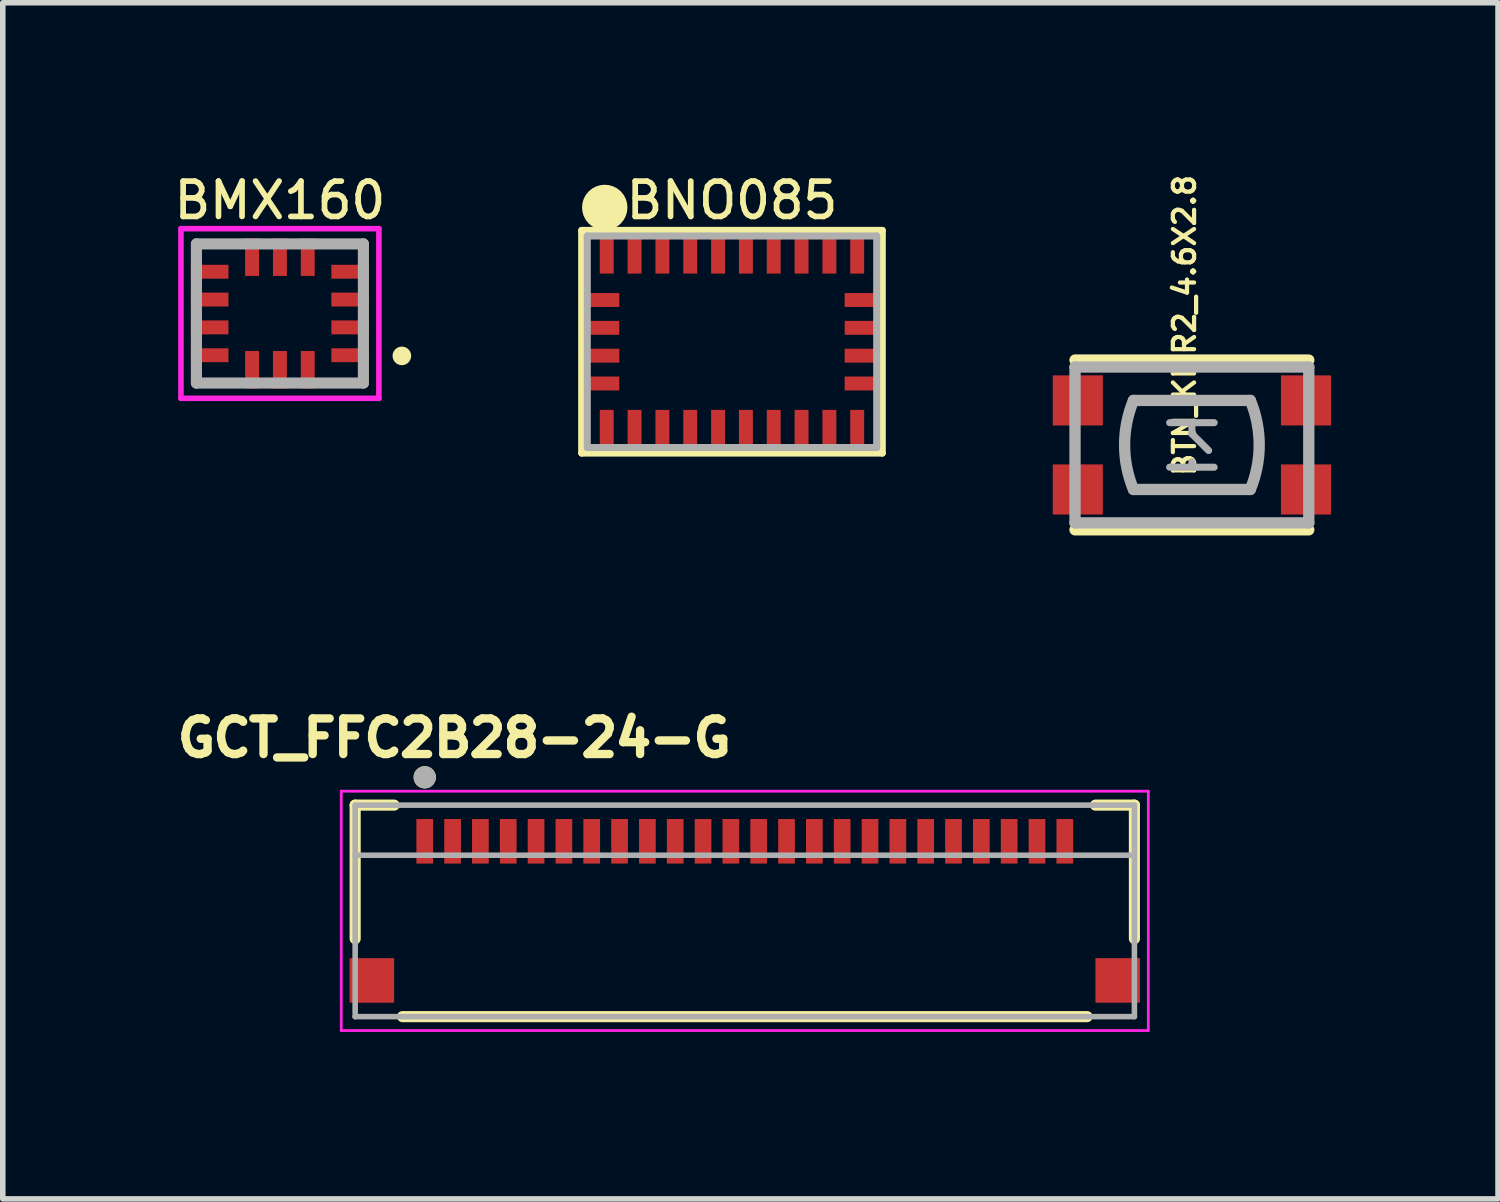
<source format=kicad_pcb>
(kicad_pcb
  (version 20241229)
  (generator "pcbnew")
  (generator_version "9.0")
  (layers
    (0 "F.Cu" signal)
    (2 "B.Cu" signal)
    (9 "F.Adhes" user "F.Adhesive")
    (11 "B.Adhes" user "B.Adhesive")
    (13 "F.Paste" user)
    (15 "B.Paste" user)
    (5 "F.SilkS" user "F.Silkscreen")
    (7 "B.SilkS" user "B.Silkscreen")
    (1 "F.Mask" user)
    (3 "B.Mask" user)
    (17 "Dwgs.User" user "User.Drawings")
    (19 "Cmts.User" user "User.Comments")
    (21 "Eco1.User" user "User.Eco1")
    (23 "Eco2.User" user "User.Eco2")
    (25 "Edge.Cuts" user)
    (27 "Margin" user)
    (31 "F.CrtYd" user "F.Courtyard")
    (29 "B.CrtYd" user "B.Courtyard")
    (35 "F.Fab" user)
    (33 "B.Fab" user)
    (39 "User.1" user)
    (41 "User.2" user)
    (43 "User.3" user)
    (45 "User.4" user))
  (footprint "BTN_KMR2_4.6X2.8"
    (layer "F.Cu")
    (at 18.364 4.944)
    (property "Reference" "BTN_KMR2_4.6X2.8" (at -0.356 0.597 270) (layer "F.SilkS") (effects (font (size 0.381 0.381) (thickness 0.076)) (justify left top)))
    (attr smd)
    (fp_line (start -2.1 -1.525) (end 2.1 -1.525) (stroke (width 0.203) (type solid)) (layer "F.SilkS"))
    (fp_line (start 2.1 1.525) (end -2.1 1.525) (stroke (width 0.203) (type solid)) (layer "F.SilkS"))
    (fp_line (start -2.1 -1.4) (end 2.1 -1.4) (stroke (width 0.203) (type solid)) (layer "F.Fab"))
    (fp_line (start -2.1 1.4) (end -2.1 -1.4) (stroke (width 0.203) (type solid)) (layer "F.Fab"))
    (fp_line (start -1.05 -0.8) (end 1.05 -0.8) (stroke (width 0.203) (type solid)) (layer "F.Fab"))
    (fp_line (start -0.4 -0.4) (end 0 -0.4) (stroke (width 0.127) (type solid)) (layer "F.Fab"))
    (fp_line (start -0.4 0.4) (end 0 0.4) (stroke (width 0.127) (type solid)) (layer "F.Fab"))
    (fp_line (start 0 -0.4) (end 0 -0.2) (stroke (width 0.127) (type solid)) (layer "F.Fab"))
    (fp_line (start 0 -0.4) (end 0.4 -0.4) (stroke (width 0.127) (type solid)) (layer "F.Fab"))
    (fp_line (start 0 -0.2) (end 0.3 0.1) (stroke (width 0.127) (type solid)) (layer "F.Fab"))
    (fp_line (start 0 0.4) (end 0 0.3) (stroke (width 0.127) (type solid)) (layer "F.Fab"))
    (fp_line (start 0 0.4) (end 0.4 0.4) (stroke (width 0.127) (type solid)) (layer "F.Fab"))
    (fp_line (start 1.05 0.8) (end -1.05 0.8) (stroke (width 0.203) (type solid)) (layer "F.Fab"))
    (fp_line (start 2.1 -1.4) (end 2.1 1.4) (stroke (width 0.203) (type solid)) (layer "F.Fab"))
    (fp_line (start 2.1 1.4) (end -2.1 1.4) (stroke (width 0.203) (type solid)) (layer "F.Fab"))
    (fp_arc (start -1.05 0.8) (mid -1.209128 0) (end -1.05 -0.799999) (stroke (width 0.2032) (type solid)) (layer "F.Fab"))
    (fp_arc (start 1.05 -0.8) (mid 1.209128 0) (end 1.05 0.799999) (stroke (width 0.2032) (type solid)) (layer "F.Fab"))
    (pad "A" smd rect (at 2.05 -0.8) (size 0.9 0.9) (layers "F.Cu" "F.Mask" "F.Paste"))
    (pad "A'" smd rect (at -2.05 -0.8) (size 0.9 0.9) (layers "F.Cu" "F.Mask" "F.Paste"))
    (pad "B" smd rect (at 2.05 0.8) (size 0.9 0.9) (layers "F.Cu" "F.Mask" "F.Paste"))
    (pad "B'" smd rect (at -2.05 0.8) (size 0.9 0.9) (layers "F.Cu" "F.Mask" "F.Paste")))
  (footprint "BMX160"
    (layer "F.Cu")
    (at 1.979 2.582)
    (property "Reference" "BMX160" (at 0 -2.032 180) (layer "F.SilkS") (effects (font (size 0.635 0.635) (thickness 0.102))))
    (attr smd)
    (fp_line (start -1.5 1.25) (end -0.8 1.25) (stroke (width 0.1) (type solid)) (layer "F.SilkS"))
    (fp_line (start -0.8 -1.25) (end -1.5 -1.25) (stroke (width 0.1) (type solid)) (layer "F.SilkS"))
    (fp_line (start 0.8 -1.25) (end 1.5 -1.25) (stroke (width 0.1) (type solid)) (layer "F.SilkS"))
    (fp_line (start 0.8 1.25) (end 1.5 1.25) (stroke (width 0.1) (type solid)) (layer "F.SilkS"))
    (fp_circle (center 2.191 0.762) (end 2.298 0.762) (stroke (width 0.12) (type solid)) (fill yes) (layer "F.SilkS"))
    (fp_line (start -1.778 -1.524) (end 1.778 -1.524) (stroke (width 0.1) (type solid)) (layer "F.CrtYd"))
    (fp_line (start -1.778 1.524) (end -1.778 -1.524) (stroke (width 0.1) (type solid)) (layer "F.CrtYd"))
    (fp_line (start 1.778 -1.524) (end 1.778 1.524) (stroke (width 0.1) (type solid)) (layer "F.CrtYd"))
    (fp_line (start 1.778 1.524) (end -1.778 1.524) (stroke (width 0.1) (type solid)) (layer "F.CrtYd"))
    (fp_line (start -1.5 -1.25) (end 1.5 -1.25) (stroke (width 0.2) (type solid)) (layer "F.Fab"))
    (fp_line (start -1.5 1.25) (end -1.5 -1.25) (stroke (width 0.2) (type solid)) (layer "F.Fab"))
    (fp_line (start 1.5 -1.25) (end 1.5 1.25) (stroke (width 0.2) (type solid)) (layer "F.Fab"))
    (fp_line (start 1.5 1.25) (end -1.5 1.25) (stroke (width 0.2) (type solid)) (layer "F.Fab"))
    (pad "1" smd rect (at 1.262 0.75 90) (size 0.25 0.675) (layers "F.Cu" "F.Mask" "F.Paste"))
    (pad "2" smd rect (at 1.262 0.25 90) (size 0.25 0.675) (layers "F.Cu" "F.Mask" "F.Paste"))
    (pad "3" smd rect (at 1.262 -0.25 90) (size 0.25 0.675) (layers "F.Cu" "F.Mask" "F.Paste"))
    (pad "4" smd rect (at 1.262 -0.75 90) (size 0.25 0.675) (layers "F.Cu" "F.Mask" "F.Paste"))
    (pad "5" smd rect (at 0.5 -1.012) (size 0.25 0.675) (layers "F.Cu" "F.Mask" "F.Paste"))
    (pad "6" smd rect (at 0 -1.012) (size 0.25 0.675) (layers "F.Cu" "F.Mask" "F.Paste"))
    (pad "7" smd rect (at -0.5 -1.012) (size 0.25 0.675) (layers "F.Cu" "F.Mask" "F.Paste"))
    (pad "8" smd rect (at -1.262 -0.75 90) (size 0.25 0.675) (layers "F.Cu" "F.Mask" "F.Paste"))
    (pad "9" smd rect (at -1.262 -0.25 90) (size 0.25 0.675) (layers "F.Cu" "F.Mask" "F.Paste"))
    (pad "10" smd rect (at -1.262 0.25 90) (size 0.25 0.675) (layers "F.Cu" "F.Mask" "F.Paste"))
    (pad "11" smd rect (at -1.262 0.75 90) (size 0.25 0.675) (layers "F.Cu" "F.Mask" "F.Paste"))
    (pad "12" smd rect (at -0.5 1.012) (size 0.25 0.675) (layers "F.Cu" "F.Mask" "F.Paste"))
    (pad "13" smd rect (at 0 1.012) (size 0.25 0.675) (layers "F.Cu" "F.Mask" "F.Paste"))
    (pad "14" smd rect (at 0.5 1.012) (size 0.25 0.675) (layers "F.Cu" "F.Mask" "F.Paste")))
  (footprint "BNO085"
    (layer "F.Cu")
    (at 10.101 3.09)
    (property "Reference" "BNO085" (at 0 -2.54 0) (layer "F.SilkS") (effects (font (size 0.635 0.635) (thickness 0.102))))
    (fp_line (start -2.7 -2) (end 2.7 -2) (stroke (width 0.127) (type solid)) (layer "F.SilkS"))
    (fp_line (start -2.7 2) (end -2.7 -2) (stroke (width 0.127) (type solid)) (layer "F.SilkS"))
    (fp_line (start 2.7 -2) (end 2.7 2) (stroke (width 0.127) (type solid)) (layer "F.SilkS"))
    (fp_line (start 2.7 2) (end -2.7 2) (stroke (width 0.127) (type solid)) (layer "F.SilkS"))
    (fp_circle (center -2.286 -2.413) (end -2.288 -2.413) (stroke (width 0.406) (type solid)) (fill no) (layer "F.SilkS"))
    (fp_line (start -2.6 -1.9) (end 2.6 -1.9) (stroke (width 0.127) (type solid)) (layer "F.Fab"))
    (fp_line (start -2.6 1.9) (end -2.6 -1.9) (stroke (width 0.127) (type solid)) (layer "F.Fab"))
    (fp_line (start 2.6 -1.9) (end 2.6 1.9) (stroke (width 0.127) (type solid)) (layer "F.Fab"))
    (fp_line (start 2.6 1.9) (end -2.6 1.9) (stroke (width 0.127) (type solid)) (layer "F.Fab"))
    (pad "1" smd rect (at -2.25 -1.562) (size 0.25 0.675) (layers "F.Cu" "F.Mask" "F.Paste"))
    (pad "2" smd rect (at -2.312 -0.75 90) (size 0.25 0.575) (layers "F.Cu" "F.Mask" "F.Paste"))
    (pad "3" smd rect (at -2.312 -0.25 90) (size 0.25 0.575) (layers "F.Cu" "F.Mask" "F.Paste"))
    (pad "4" smd rect (at -2.312 0.25 90) (size 0.25 0.575) (layers "F.Cu" "F.Mask" "F.Paste"))
    (pad "5" smd rect (at -2.312 0.75 90) (size 0.25 0.575) (layers "F.Cu" "F.Mask" "F.Paste"))
    (pad "6" smd rect (at -2.25 1.562) (size 0.25 0.675) (layers "F.Cu" "F.Mask" "F.Paste"))
    (pad "7" smd rect (at -1.75 1.562) (size 0.25 0.675) (layers "F.Cu" "F.Mask" "F.Paste"))
    (pad "8" smd rect (at -1.25 1.562) (size 0.25 0.675) (layers "F.Cu" "F.Mask" "F.Paste"))
    (pad "9" smd rect (at -0.75 1.562) (size 0.25 0.675) (layers "F.Cu" "F.Mask" "F.Paste"))
    (pad "10" smd rect (at -0.25 1.562) (size 0.25 0.675) (layers "F.Cu" "F.Mask" "F.Paste"))
    (pad "11" smd rect (at 0.25 1.562) (size 0.25 0.675) (layers "F.Cu" "F.Mask" "F.Paste"))
    (pad "12" smd rect (at 0.75 1.562) (size 0.25 0.675) (layers "F.Cu" "F.Mask" "F.Paste"))
    (pad "13" smd rect (at 1.25 1.562) (size 0.25 0.675) (layers "F.Cu" "F.Mask" "F.Paste"))
    (pad "14" smd rect (at 1.75 1.562) (size 0.25 0.675) (layers "F.Cu" "F.Mask" "F.Paste"))
    (pad "15" smd rect (at 2.25 1.562) (size 0.25 0.675) (layers "F.Cu" "F.Mask" "F.Paste"))
    (pad "16" smd rect (at 2.312 0.75 90) (size 0.25 0.575) (layers "F.Cu" "F.Mask" "F.Paste"))
    (pad "17" smd rect (at 2.312 0.25 90) (size 0.25 0.575) (layers "F.Cu" "F.Mask" "F.Paste"))
    (pad "18" smd rect (at 2.312 -0.25 90) (size 0.25 0.575) (layers "F.Cu" "F.Mask" "F.Paste"))
    (pad "19" smd rect (at 2.312 -0.75 90) (size 0.25 0.575) (layers "F.Cu" "F.Mask" "F.Paste"))
    (pad "20" smd rect (at 2.25 -1.562) (size 0.25 0.675) (layers "F.Cu" "F.Mask" "F.Paste"))
    (pad "21" smd rect (at 1.75 -1.562) (size 0.25 0.675) (layers "F.Cu" "F.Mask" "F.Paste"))
    (pad "22" smd rect (at 1.25 -1.562) (size 0.25 0.675) (layers "F.Cu" "F.Mask" "F.Paste"))
    (pad "23" smd rect (at 0.75 -1.562) (size 0.25 0.675) (layers "F.Cu" "F.Mask" "F.Paste"))
    (pad "24" smd rect (at 0.25 -1.562) (size 0.25 0.675) (layers "F.Cu" "F.Mask" "F.Paste"))
    (pad "25" smd rect (at -0.25 -1.562) (size 0.25 0.675) (layers "F.Cu" "F.Mask" "F.Paste"))
    (pad "26" smd rect (at -0.75 -1.562) (size 0.25 0.675) (layers "F.Cu" "F.Mask" "F.Paste"))
    (pad "27" smd rect (at -1.25 -1.562) (size 0.25 0.675) (layers "F.Cu" "F.Mask" "F.Paste"))
    (pad "28" smd rect (at -1.75 -1.562) (size 0.25 0.675) (layers "F.Cu" "F.Mask" "F.Paste")))
  (footprint "GCT_FFC2B28-24-G"
    (layer "F.Cu")
    (at 10.331 13.315)
    (property "Reference" "GCT_FFC2B28-24-G" (at -5.218 -3.106 0) (layer "F.SilkS") (effects (font (size 0.64 0.64) (thickness 0.15))))
    (attr through_hole)
    (fp_line (start -7 -1.9) (end -6.3 -1.9) (stroke (width 0.2) (type solid)) (layer "F.SilkS"))
    (fp_line (start -7 0.5) (end -7 -1.9) (stroke (width 0.2) (type solid)) (layer "F.SilkS"))
    (fp_line (start -6.15 1.9) (end 6.15 1.9) (stroke (width 0.2) (type solid)) (layer "F.SilkS"))
    (fp_line (start 6.3 -1.9) (end 7 -1.9) (stroke (width 0.2) (type solid)) (layer "F.SilkS"))
    (fp_line (start 7 -1.9) (end 7 0.5) (stroke (width 0.2) (type solid)) (layer "F.SilkS"))
    (fp_circle (center -5.75 -2.4) (end -5.65 -2.4) (stroke (width 0.2) (type solid)) (fill no) (layer "F.SilkS"))
    (fp_line (start -7.25 -2.15) (end -7.25 2.15) (stroke (width 0.05) (type solid)) (layer "F.CrtYd"))
    (fp_line (start -7.25 2.15) (end 7.25 2.15) (stroke (width 0.05) (type solid)) (layer "F.CrtYd"))
    (fp_line (start 7.25 -2.15) (end -7.25 -2.15) (stroke (width 0.05) (type solid)) (layer "F.CrtYd"))
    (fp_line (start 7.25 2.15) (end 7.25 -2.15) (stroke (width 0.05) (type solid)) (layer "F.CrtYd"))
    (fp_line (start -7 -1.9) (end 7 -1.9) (stroke (width 0.1) (type solid)) (layer "F.Fab"))
    (fp_line (start -7 -1) (end -7 -1.9) (stroke (width 0.1) (type solid)) (layer "F.Fab"))
    (fp_line (start -7 -1) (end 7 -1) (stroke (width 0.1) (type solid)) (layer "F.Fab"))
    (fp_line (start -7 1.9) (end -7 -1) (stroke (width 0.1) (type solid)) (layer "F.Fab"))
    (fp_line (start 7 -1.9) (end 7 -1) (stroke (width 0.1) (type solid)) (layer "F.Fab"))
    (fp_line (start 7 -1) (end 7 1.9) (stroke (width 0.1) (type solid)) (layer "F.Fab"))
    (fp_line (start 7 1.9) (end -7 1.9) (stroke (width 0.1) (type solid)) (layer "F.Fab"))
    (fp_circle (center -5.75 -2.4) (end -5.65 -2.4) (stroke (width 0.2) (type solid)) (fill no) (layer "F.Fab"))
    (pad "1" smd rect (at -5.75 -1.25) (size 0.3 0.8) (layers "F.Cu" "F.Mask" "F.Paste"))
    (pad "2" smd rect (at -5.25 -1.25) (size 0.3 0.8) (layers "F.Cu" "F.Mask" "F.Paste"))
    (pad "3" smd rect (at -4.75 -1.25) (size 0.3 0.8) (layers "F.Cu" "F.Mask" "F.Paste"))
    (pad "4" smd rect (at -4.25 -1.25) (size 0.3 0.8) (layers "F.Cu" "F.Mask" "F.Paste"))
    (pad "5" smd rect (at -3.75 -1.25) (size 0.3 0.8) (layers "F.Cu" "F.Mask" "F.Paste"))
    (pad "6" smd rect (at -3.25 -1.25) (size 0.3 0.8) (layers "F.Cu" "F.Mask" "F.Paste"))
    (pad "7" smd rect (at -2.75 -1.25) (size 0.3 0.8) (layers "F.Cu" "F.Mask" "F.Paste"))
    (pad "8" smd rect (at -2.25 -1.25) (size 0.3 0.8) (layers "F.Cu" "F.Mask" "F.Paste"))
    (pad "9" smd rect (at -1.75 -1.25) (size 0.3 0.8) (layers "F.Cu" "F.Mask" "F.Paste"))
    (pad "10" smd rect (at -1.25 -1.25) (size 0.3 0.8) (layers "F.Cu" "F.Mask" "F.Paste"))
    (pad "11" smd rect (at -0.75 -1.25) (size 0.3 0.8) (layers "F.Cu" "F.Mask" "F.Paste"))
    (pad "12" smd rect (at -0.25 -1.25) (size 0.3 0.8) (layers "F.Cu" "F.Mask" "F.Paste"))
    (pad "13" smd rect (at 0.25 -1.25) (size 0.3 0.8) (layers "F.Cu" "F.Mask" "F.Paste"))
    (pad "14" smd rect (at 0.75 -1.25) (size 0.3 0.8) (layers "F.Cu" "F.Mask" "F.Paste"))
    (pad "15" smd rect (at 1.25 -1.25) (size 0.3 0.8) (layers "F.Cu" "F.Mask" "F.Paste"))
    (pad "16" smd rect (at 1.75 -1.25) (size 0.3 0.8) (layers "F.Cu" "F.Mask" "F.Paste"))
    (pad "17" smd rect (at 2.25 -1.25) (size 0.3 0.8) (layers "F.Cu" "F.Mask" "F.Paste"))
    (pad "18" smd rect (at 2.75 -1.25) (size 0.3 0.8) (layers "F.Cu" "F.Mask" "F.Paste"))
    (pad "19" smd rect (at 3.25 -1.25) (size 0.3 0.8) (layers "F.Cu" "F.Mask" "F.Paste"))
    (pad "20" smd rect (at 3.75 -1.25) (size 0.3 0.8) (layers "F.Cu" "F.Mask" "F.Paste"))
    (pad "21" smd rect (at 4.25 -1.25) (size 0.3 0.8) (layers "F.Cu" "F.Mask" "F.Paste"))
    (pad "22" smd rect (at 4.75 -1.25) (size 0.3 0.8) (layers "F.Cu" "F.Mask" "F.Paste"))
    (pad "23" smd rect (at 5.25 -1.25) (size 0.3 0.8) (layers "F.Cu" "F.Mask" "F.Paste"))
    (pad "24" smd rect (at 5.75 -1.25) (size 0.3 0.8) (layers "F.Cu" "F.Mask" "F.Paste"))
    (pad "S1" smd rect (at -6.7 1.25) (size 0.8 0.8) (layers "F.Cu" "F.Mask" "F.Paste"))
    (pad "S2" smd rect (at 6.7 1.25) (size 0.8 0.8) (layers "F.Cu" "F.Mask" "F.Paste")))
  (gr_rect
    (start -3 -3)
    (end 23.864 18.49)
    (stroke (width 0.1) (type default))
    (fill no)
    (layer "Edge.Cuts")))
</source>
